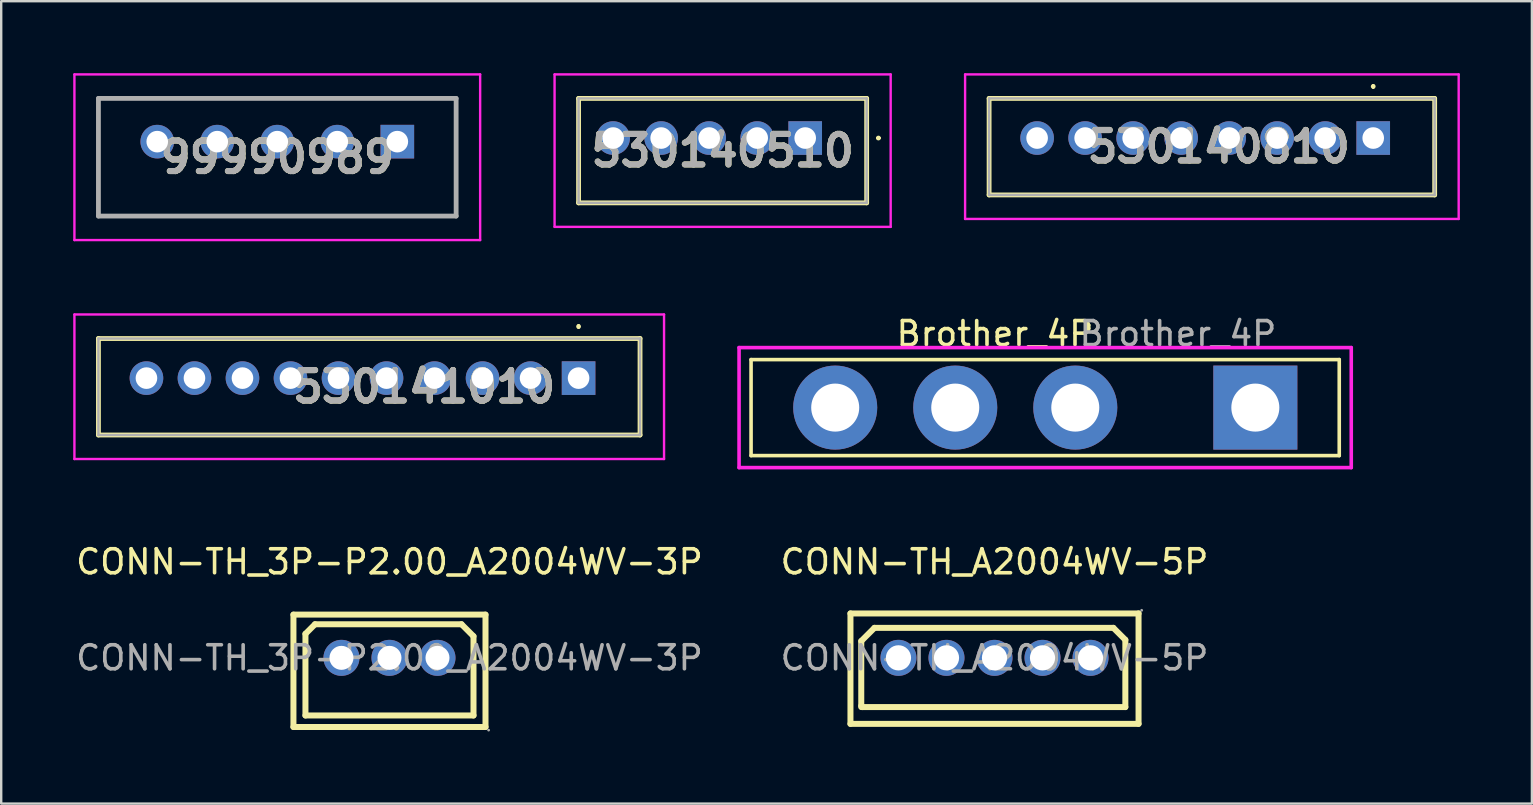
<source format=kicad_pcb>
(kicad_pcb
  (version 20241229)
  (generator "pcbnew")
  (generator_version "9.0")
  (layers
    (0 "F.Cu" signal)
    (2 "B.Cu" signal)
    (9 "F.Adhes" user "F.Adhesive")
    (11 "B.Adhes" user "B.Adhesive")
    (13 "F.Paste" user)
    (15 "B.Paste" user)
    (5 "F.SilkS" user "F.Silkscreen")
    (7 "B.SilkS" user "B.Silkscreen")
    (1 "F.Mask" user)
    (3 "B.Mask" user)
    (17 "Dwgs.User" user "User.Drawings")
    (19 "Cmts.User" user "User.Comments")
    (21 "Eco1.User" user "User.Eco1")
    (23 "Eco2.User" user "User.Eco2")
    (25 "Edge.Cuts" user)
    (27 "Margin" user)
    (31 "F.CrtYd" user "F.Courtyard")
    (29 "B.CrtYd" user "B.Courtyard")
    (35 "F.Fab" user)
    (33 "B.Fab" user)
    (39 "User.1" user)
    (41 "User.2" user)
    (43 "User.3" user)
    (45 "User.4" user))
  (footprint "Brother_4P"
    (layer "F.Cu")
    (at 28.235 15.928)
    (property "Reference" "Brother_4P" (at 10.16 -5.08 0) (layer "F.SilkS") (effects (font (size 1 1) (thickness 0.15))))
    (attr through_hole)
    (fp_line (start 0 -4) (end 0 0) (stroke (width 0.15) (type solid)) (layer "F.SilkS"))
    (fp_line (start 0 0) (end 24.5 0) (stroke (width 0.15) (type solid)) (layer "F.SilkS"))
    (fp_line (start 24.5 -4) (end 0 -4) (stroke (width 0.15) (type solid)) (layer "F.SilkS"))
    (fp_line (start 24.5 0) (end 24.5 -4) (stroke (width 0.15) (type solid)) (layer "F.SilkS"))
    (fp_line (start -0.5 -4.5) (end -0.5 0.5) (stroke (width 0.15) (type solid)) (layer "F.CrtYd"))
    (fp_line (start -0.5 0.5) (end 25 0.5) (stroke (width 0.15) (type solid)) (layer "F.CrtYd"))
    (fp_line (start 25 -4.5) (end -0.5 -4.5) (stroke (width 0.15) (type solid)) (layer "F.CrtYd"))
    (fp_line (start 25 0.5) (end 25 -4.5) (stroke (width 0.15) (type solid)) (layer "F.CrtYd"))
    (fp_text user "${REFERENCE}" (at 17.78 -5.08 0) (layer "F.Fab") (effects (font (size 1 1) (thickness 0.15))))
    (pad "1" thru_hole rect (at 21.005 -2) (size 3.5 3.5) (drill 2) (layers "*.Cu" "*.Mask"))
    (pad "2" thru_hole circle (at 13.505 -2) (size 3.5 3.5) (drill 2) (layers "*.Cu" "*.Mask"))
    (pad "3" thru_hole circle (at 8.505 -2) (size 3.5 3.5) (drill 2) (layers "*.Cu" "*.Mask"))
    (pad "4" thru_hole circle (at 3.505 -2) (size 3.5 3.5) (drill 2) (layers "*.Cu" "*.Mask")))
  (footprint "CONN-TH_3P-P2.00_A2004WV-3P"
    (layer "F.Cu")
    (at 13.173 24.352)
    (property "Reference" "CONN-TH_3P-P2.00_A2004WV-3P" (at 0 -4 0) (layer "F.SilkS") (effects (font (size 1 1) (thickness 0.15))))
    (attr smd)
    (fp_line (start -4 -1.8) (end -4 2.88) (stroke (width 0.25) (type solid)) (layer "F.SilkS"))
    (fp_line (start -4 2.88) (end 4 2.88) (stroke (width 0.25) (type solid)) (layer "F.SilkS"))
    (fp_line (start -3.5 -1) (end -3.5 2.4) (stroke (width 0.25) (type solid)) (layer "F.SilkS"))
    (fp_line (start -3.5 2.4) (end 3.5 2.4) (stroke (width 0.25) (type solid)) (layer "F.SilkS"))
    (fp_line (start -3.1 -1.4) (end -3.5 -1) (stroke (width 0.25) (type solid)) (layer "F.SilkS"))
    (fp_line (start 3 -1.4) (end -3.1 -1.4) (stroke (width 0.25) (type solid)) (layer "F.SilkS"))
    (fp_line (start 3.5 -0.9) (end 3 -1.4) (stroke (width 0.25) (type solid)) (layer "F.SilkS"))
    (fp_line (start 3.5 2.4) (end 3.5 -0.9) (stroke (width 0.25) (type solid)) (layer "F.SilkS"))
    (fp_line (start 4 -1.8) (end -4 -1.8) (stroke (width 0.25) (type solid)) (layer "F.SilkS"))
    (fp_line (start 4 2.88) (end 4 -1.8) (stroke (width 0.25) (type solid)) (layer "F.SilkS"))
    (fp_circle (center -2 0) (end -1.8 0) (stroke (width 0.4) (type solid)) (fill no) (layer "F.Fab"))
    (fp_circle (center 0 0) (end 0.2 0) (stroke (width 0.4) (type solid)) (fill no) (layer "F.Fab"))
    (fp_circle (center 2 0) (end 2.2 0) (stroke (width 0.4) (type solid)) (fill no) (layer "F.Fab"))
    (fp_circle (center 4.13 3.01) (end 4.16 3.01) (stroke (width 0.06) (type solid)) (fill no) (layer "F.Fab"))
    (fp_text user "${REFERENCE}" (at 0 0 0) (layer "F.Fab") (effects (font (size 1 1) (thickness 0.15))))
    (pad "1" thru_hole circle (at 2 0) (size 1.5 1.5) (drill 1) (layers "*.Cu" "*.Paste" "*.Mask"))
    (pad "2" thru_hole circle (at 0 0) (size 1.5 1.5) (drill 1) (layers "*.Cu" "*.Paste" "*.Mask"))
    (pad "3" thru_hole circle (at -2 0) (size 1.5 1.5) (drill 1) (layers "*.Cu" "*.Paste" "*.Mask")))
  (footprint "530140510"
    (layer "F.Cu")
    (at 30.49 2.7)
    (property "Reference" "530140510" (at -3.44 0.525 0) (layer "F.SilkS") (effects (font (size 1.27 1.27) (thickness 0.254))))
    (attr through_hole)
    (fp_line (start -9.44 -1.65) (end -9.44 2.7) (stroke (width 0.2) (type solid)) (layer "F.SilkS"))
    (fp_line (start -9.44 2.7) (end 2.56 2.7) (stroke (width 0.2) (type solid)) (layer "F.SilkS"))
    (fp_line (start 2.56 -1.65) (end -9.44 -1.65) (stroke (width 0.2) (type solid)) (layer "F.SilkS"))
    (fp_line (start 2.56 2.7) (end 2.56 -1.65) (stroke (width 0.2) (type solid)) (layer "F.SilkS"))
    (fp_line (start 3 0) (end 3 0) (stroke (width 0.1) (type solid)) (layer "F.SilkS"))
    (fp_line (start 3.1 0) (end 3.1 0) (stroke (width 0.1) (type solid)) (layer "F.SilkS"))
    (fp_arc (start 3 0) (mid 3.05 -0.05) (end 3.1 0) (stroke (width 0.1) (type solid)) (layer "F.SilkS"))
    (fp_arc (start 3.1 0) (mid 3.05 0.05) (end 3 0) (stroke (width 0.1) (type solid)) (layer "F.SilkS"))
    (fp_line (start -10.44 -2.65) (end -10.44 3.7) (stroke (width 0.1) (type solid)) (layer "F.CrtYd"))
    (fp_line (start -10.44 3.7) (end 3.56 3.7) (stroke (width 0.1) (type solid)) (layer "F.CrtYd"))
    (fp_line (start 3.56 -2.65) (end -10.44 -2.65) (stroke (width 0.1) (type solid)) (layer "F.CrtYd"))
    (fp_line (start 3.56 3.7) (end 3.56 -2.65) (stroke (width 0.1) (type solid)) (layer "F.CrtYd"))
    (fp_line (start -9.44 -1.65) (end -9.44 2.7) (stroke (width 0.1) (type solid)) (layer "F.Fab"))
    (fp_line (start -9.44 2.7) (end 2.56 2.7) (stroke (width 0.1) (type solid)) (layer "F.Fab"))
    (fp_line (start 2.56 -1.65) (end -9.44 -1.65) (stroke (width 0.1) (type solid)) (layer "F.Fab"))
    (fp_line (start 2.56 2.7) (end 2.56 -1.65) (stroke (width 0.1) (type solid)) (layer "F.Fab"))
    (fp_text user "${REFERENCE}" (at -3.44 0.525 0) (layer "F.Fab") (effects (font (size 1.27 1.27) (thickness 0.254))))
    (pad "1" thru_hole rect (at 0 0) (size 1.4 1.4) (drill 0.9) (layers "*.Cu" "*.Mask"))
    (pad "2" thru_hole circle (at -2 0) (size 1.4 1.4) (drill 0.9) (layers "*.Cu" "*.Mask"))
    (pad "3" thru_hole circle (at -4 0) (size 1.4 1.4) (drill 0.9) (layers "*.Cu" "*.Mask"))
    (pad "4" thru_hole circle (at -6 0) (size 1.4 1.4) (drill 0.9) (layers "*.Cu" "*.Mask"))
    (pad "5" thru_hole circle (at -8 0) (size 1.4 1.4) (drill 0.9) (layers "*.Cu" "*.Mask")))
  (footprint "99990989"
    (layer "F.Cu")
    (at 13.5 2.85)
    (property "Reference" "99990989" (at -5 0.65 0) (layer "F.SilkS") (effects (font (size 1.27 1.27) (thickness 0.254))))
    (attr through_hole)
    (fp_line (start -12.45 -1.8) (end 2.45 -1.8) (stroke (width 0.1) (type solid)) (layer "F.SilkS"))
    (fp_line (start -12.45 3.1) (end -12.45 -1.8) (stroke (width 0.1) (type solid)) (layer "F.SilkS"))
    (fp_line (start 2.45 -1.8) (end 2.45 3.1) (stroke (width 0.1) (type solid)) (layer "F.SilkS"))
    (fp_line (start 2.45 3.1) (end -12.45 3.1) (stroke (width 0.1) (type solid)) (layer "F.SilkS"))
    (fp_line (start -13.45 -2.8) (end 3.45 -2.8) (stroke (width 0.1) (type solid)) (layer "F.CrtYd"))
    (fp_line (start -13.45 4.1) (end -13.45 -2.8) (stroke (width 0.1) (type solid)) (layer "F.CrtYd"))
    (fp_line (start 3.45 -2.8) (end 3.45 4.1) (stroke (width 0.1) (type solid)) (layer "F.CrtYd"))
    (fp_line (start 3.45 4.1) (end -13.45 4.1) (stroke (width 0.1) (type solid)) (layer "F.CrtYd"))
    (fp_line (start -12.45 -1.8) (end 2.45 -1.8) (stroke (width 0.2) (type solid)) (layer "F.Fab"))
    (fp_line (start -12.45 3.1) (end -12.45 -1.8) (stroke (width 0.2) (type solid)) (layer "F.Fab"))
    (fp_line (start 2.45 -1.8) (end 2.45 3.1) (stroke (width 0.2) (type solid)) (layer "F.Fab"))
    (fp_line (start 2.45 3.1) (end -12.45 3.1) (stroke (width 0.2) (type solid)) (layer "F.Fab"))
    (fp_text user "${REFERENCE}" (at -5 0.65 0) (layer "F.Fab") (effects (font (size 1.27 1.27) (thickness 0.254))))
    (pad "1" thru_hole rect (at 0 0) (size 1.4 1.4) (drill 0.9) (layers "*.Cu" "*.Mask"))
    (pad "2" thru_hole circle (at -2.5 0) (size 1.4 1.4) (drill 0.9) (layers "*.Cu" "*.Mask"))
    (pad "3" thru_hole circle (at -5 0) (size 1.4 1.4) (drill 0.9) (layers "*.Cu" "*.Mask"))
    (pad "4" thru_hole circle (at -7.5 0) (size 1.4 1.4) (drill 0.9) (layers "*.Cu" "*.Mask"))
    (pad "5" thru_hole circle (at -10 0) (size 1.4 1.4) (drill 0.9) (layers "*.Cu" "*.Mask")))
  (footprint "530141010"
    (layer "F.Cu")
    (at 21.05 12.7)
    (property "Reference" "530141010" (at -6.44 0.36 0) (layer "F.SilkS") (effects (font (size 1.27 1.27) (thickness 0.254))))
    (attr through_hole)
    (fp_line (start -20 -1.65) (end 2.56 -1.65) (stroke (width 0.2) (type solid)) (layer "F.SilkS"))
    (fp_line (start -20 2.37) (end -20 -1.65) (stroke (width 0.2) (type solid)) (layer "F.SilkS"))
    (fp_line (start 0 -2.2) (end 0 -2.2) (stroke (width 0.1) (type solid)) (layer "F.SilkS"))
    (fp_line (start 0 -2.1) (end 0 -2.1) (stroke (width 0.1) (type solid)) (layer "F.SilkS"))
    (fp_line (start 2.56 -1.65) (end 2.56 2.37) (stroke (width 0.2) (type solid)) (layer "F.SilkS"))
    (fp_line (start 2.56 2.37) (end -20 2.37) (stroke (width 0.2) (type solid)) (layer "F.SilkS"))
    (fp_arc (start 0 -2.2) (mid 0.05 -2.15) (end 0 -2.1) (stroke (width 0.1) (type solid)) (layer "F.SilkS"))
    (fp_arc (start 0 -2.1) (mid -0.05 -2.15) (end 0 -2.2) (stroke (width 0.1) (type solid)) (layer "F.SilkS"))
    (fp_line (start -21 -2.65) (end 3.56 -2.65) (stroke (width 0.1) (type solid)) (layer "F.CrtYd"))
    (fp_line (start -21 3.37) (end -21 -2.65) (stroke (width 0.1) (type solid)) (layer "F.CrtYd"))
    (fp_line (start 3.56 -2.65) (end 3.56 3.37) (stroke (width 0.1) (type solid)) (layer "F.CrtYd"))
    (fp_line (start 3.56 3.37) (end -21 3.37) (stroke (width 0.1) (type solid)) (layer "F.CrtYd"))
    (fp_line (start -20 -1.65) (end 2.56 -1.65) (stroke (width 0.1) (type solid)) (layer "F.Fab"))
    (fp_line (start -20 2.37) (end -20 -1.65) (stroke (width 0.1) (type solid)) (layer "F.Fab"))
    (fp_line (start 2.56 -1.65) (end 2.56 2.37) (stroke (width 0.1) (type solid)) (layer "F.Fab"))
    (fp_line (start 2.56 2.37) (end -20 2.37) (stroke (width 0.1) (type solid)) (layer "F.Fab"))
    (fp_text user "${REFERENCE}" (at -6.44 0.36 0) (layer "F.Fab") (effects (font (size 1.27 1.27) (thickness 0.254))))
    (pad "1" thru_hole rect (at 0 0) (size 1.4 1.4) (drill 0.9) (layers "*.Cu" "*.Mask"))
    (pad "2" thru_hole circle (at -2 0) (size 1.4 1.4) (drill 0.9) (layers "*.Cu" "*.Mask"))
    (pad "3" thru_hole circle (at -4 0) (size 1.4 1.4) (drill 0.9) (layers "*.Cu" "*.Mask"))
    (pad "4" thru_hole circle (at -6 0) (size 1.4 1.4) (drill 0.9) (layers "*.Cu" "*.Mask"))
    (pad "5" thru_hole circle (at -8 0) (size 1.4 1.4) (drill 0.9) (layers "*.Cu" "*.Mask"))
    (pad "6" thru_hole circle (at -10 0) (size 1.4 1.4) (drill 0.9) (layers "*.Cu" "*.Mask"))
    (pad "7" thru_hole circle (at -12 0) (size 1.4 1.4) (drill 0.9) (layers "*.Cu" "*.Mask"))
    (pad "8" thru_hole circle (at -14 0) (size 1.4 1.4) (drill 0.9) (layers "*.Cu" "*.Mask"))
    (pad "9" thru_hole circle (at -16 0) (size 1.4 1.4) (drill 0.9) (layers "*.Cu" "*.Mask"))
    (pad "10" thru_hole circle (at -18 0) (size 1.4 1.4) (drill 0.9) (layers "*.Cu" "*.Mask")))
  (footprint "CONN-TH_A2004WV-5P"
    (layer "F.Cu")
    (at 38.375 24.352)
    (property "Reference" "CONN-TH_A2004WV-5P" (at 0 -4 0) (layer "F.SilkS") (effects (font (size 1 1) (thickness 0.15))))
    (attr smd)
    (fp_line (start -6 2.75) (end -6 -1.85) (stroke (width 0.25) (type solid)) (layer "F.SilkS"))
    (fp_line (start -5.55 -0.7) (end -5 -1.25) (stroke (width 0.25) (type solid)) (layer "F.SilkS"))
    (fp_line (start -5.55 2.05) (end -5.55 -0.7) (stroke (width 0.25) (type solid)) (layer "F.SilkS"))
    (fp_line (start -5.5 2.05) (end -5.55 2) (stroke (width 0.25) (type solid)) (layer "F.SilkS"))
    (fp_line (start -5 -1.25) (end 4.95 -1.25) (stroke (width 0.25) (type solid)) (layer "F.SilkS"))
    (fp_line (start 4.95 -1.25) (end 5.45 -0.75) (stroke (width 0.25) (type solid)) (layer "F.SilkS"))
    (fp_line (start 5.45 -0.75) (end 5.45 2.05) (stroke (width 0.25) (type solid)) (layer "F.SilkS"))
    (fp_line (start 5.45 2.05) (end -5.5 2.05) (stroke (width 0.25) (type solid)) (layer "F.SilkS"))
    (fp_line (start 6 -1.85) (end -6 -1.85) (stroke (width 0.25) (type solid)) (layer "F.SilkS"))
    (fp_line (start 6 -1.85) (end 6 2.75) (stroke (width 0.25) (type solid)) (layer "F.SilkS"))
    (fp_line (start 6 2.75) (end -6 2.75) (stroke (width 0.25) (type solid)) (layer "F.SilkS"))
    (fp_circle (center -4 0) (end -3.79 0) (stroke (width 0.42) (type solid)) (fill no) (layer "F.Fab"))
    (fp_circle (center -2 0) (end -1.79 0) (stroke (width 0.42) (type solid)) (fill no) (layer "F.Fab"))
    (fp_circle (center 0 0) (end 0.21 0) (stroke (width 0.42) (type solid)) (fill no) (layer "F.Fab"))
    (fp_circle (center 2 0) (end 2.21 0) (stroke (width 0.42) (type solid)) (fill no) (layer "F.Fab"))
    (fp_circle (center 4 0) (end 4.21 0) (stroke (width 0.42) (type solid)) (fill no) (layer "F.Fab"))
    (fp_circle (center 6.13 -1.98) (end 6.16 -1.98) (stroke (width 0.06) (type solid)) (fill no) (layer "F.Fab"))
    (fp_text user "${REFERENCE}" (at 0 0 0) (layer "F.Fab") (effects (font (size 1 1) (thickness 0.15))))
    (pad "1" thru_hole circle (at 4 0) (size 1.5 1.5) (drill 1.05) (layers "*.Cu" "*.Paste" "*.Mask"))
    (pad "2" thru_hole circle (at 2 0) (size 1.5 1.5) (drill 1.05) (layers "*.Cu" "*.Paste" "*.Mask"))
    (pad "3" thru_hole circle (at 0 0) (size 1.5 1.5) (drill 1.05) (layers "*.Cu" "*.Paste" "*.Mask"))
    (pad "4" thru_hole circle (at -2 0) (size 1.5 1.5) (drill 1.05) (layers "*.Cu" "*.Paste" "*.Mask"))
    (pad "5" thru_hole circle (at -4 0) (size 1.5 1.5) (drill 1.05) (layers "*.Cu" "*.Paste" "*.Mask")))
  (footprint "530140810"
    (layer "F.Cu")
    (at 54.15 2.7)
    (property "Reference" "530140810" (at -6.44 0.36 0) (layer "F.SilkS") (effects (font (size 1.27 1.27) (thickness 0.254))))
    (attr through_hole)
    (fp_line (start -16 -1.65) (end 2.56 -1.65) (stroke (width 0.2) (type solid)) (layer "F.SilkS"))
    (fp_line (start -16 2.37) (end -16 -1.65) (stroke (width 0.2) (type solid)) (layer "F.SilkS"))
    (fp_line (start 0 -2.2) (end 0 -2.2) (stroke (width 0.1) (type solid)) (layer "F.SilkS"))
    (fp_line (start 0 -2.1) (end 0 -2.1) (stroke (width 0.1) (type solid)) (layer "F.SilkS"))
    (fp_line (start 2.56 -1.65) (end 2.56 2.37) (stroke (width 0.2) (type solid)) (layer "F.SilkS"))
    (fp_line (start 2.56 2.37) (end -16 2.37) (stroke (width 0.2) (type solid)) (layer "F.SilkS"))
    (fp_arc (start 0 -2.2) (mid 0.05 -2.15) (end 0 -2.1) (stroke (width 0.1) (type solid)) (layer "F.SilkS"))
    (fp_arc (start 0 -2.1) (mid -0.05 -2.15) (end 0 -2.2) (stroke (width 0.1) (type solid)) (layer "F.SilkS"))
    (fp_line (start -17 -2.65) (end 3.56 -2.65) (stroke (width 0.1) (type solid)) (layer "F.CrtYd"))
    (fp_line (start -17 3.37) (end -17 -2.65) (stroke (width 0.1) (type solid)) (layer "F.CrtYd"))
    (fp_line (start 3.56 -2.65) (end 3.56 3.37) (stroke (width 0.1) (type solid)) (layer "F.CrtYd"))
    (fp_line (start 3.56 3.37) (end -17 3.37) (stroke (width 0.1) (type solid)) (layer "F.CrtYd"))
    (fp_line (start -16 -1.65) (end 2.56 -1.65) (stroke (width 0.1) (type solid)) (layer "F.Fab"))
    (fp_line (start -16 2.37) (end -16 -1.65) (stroke (width 0.1) (type solid)) (layer "F.Fab"))
    (fp_line (start 2.56 -1.65) (end 2.56 2.37) (stroke (width 0.1) (type solid)) (layer "F.Fab"))
    (fp_line (start 2.56 2.37) (end -16 2.37) (stroke (width 0.1) (type solid)) (layer "F.Fab"))
    (fp_text user "${REFERENCE}" (at -6.44 0.36 0) (layer "F.Fab") (effects (font (size 1.27 1.27) (thickness 0.254))))
    (pad "1" thru_hole rect (at 0 0) (size 1.4 1.4) (drill 0.9) (layers "*.Cu" "*.Mask"))
    (pad "2" thru_hole circle (at -2 0) (size 1.4 1.4) (drill 0.9) (layers "*.Cu" "*.Mask"))
    (pad "3" thru_hole circle (at -4 0) (size 1.4 1.4) (drill 0.9) (layers "*.Cu" "*.Mask"))
    (pad "4" thru_hole circle (at -6 0) (size 1.4 1.4) (drill 0.9) (layers "*.Cu" "*.Mask"))
    (pad "5" thru_hole circle (at -8 0) (size 1.4 1.4) (drill 0.9) (layers "*.Cu" "*.Mask"))
    (pad "6" thru_hole circle (at -10 0) (size 1.4 1.4) (drill 0.9) (layers "*.Cu" "*.Mask"))
    (pad "7" thru_hole circle (at -12 0) (size 1.4 1.4) (drill 0.9) (layers "*.Cu" "*.Mask"))
    (pad "8" thru_hole circle (at -14 0) (size 1.4 1.4) (drill 0.9) (layers "*.Cu" "*.Mask")))
  (gr_rect
    (start -3 -3)
    (end 60.76 30.422)
    (stroke (width 0.1) (type default))
    (fill no)
    (layer "Edge.Cuts")))
</source>
